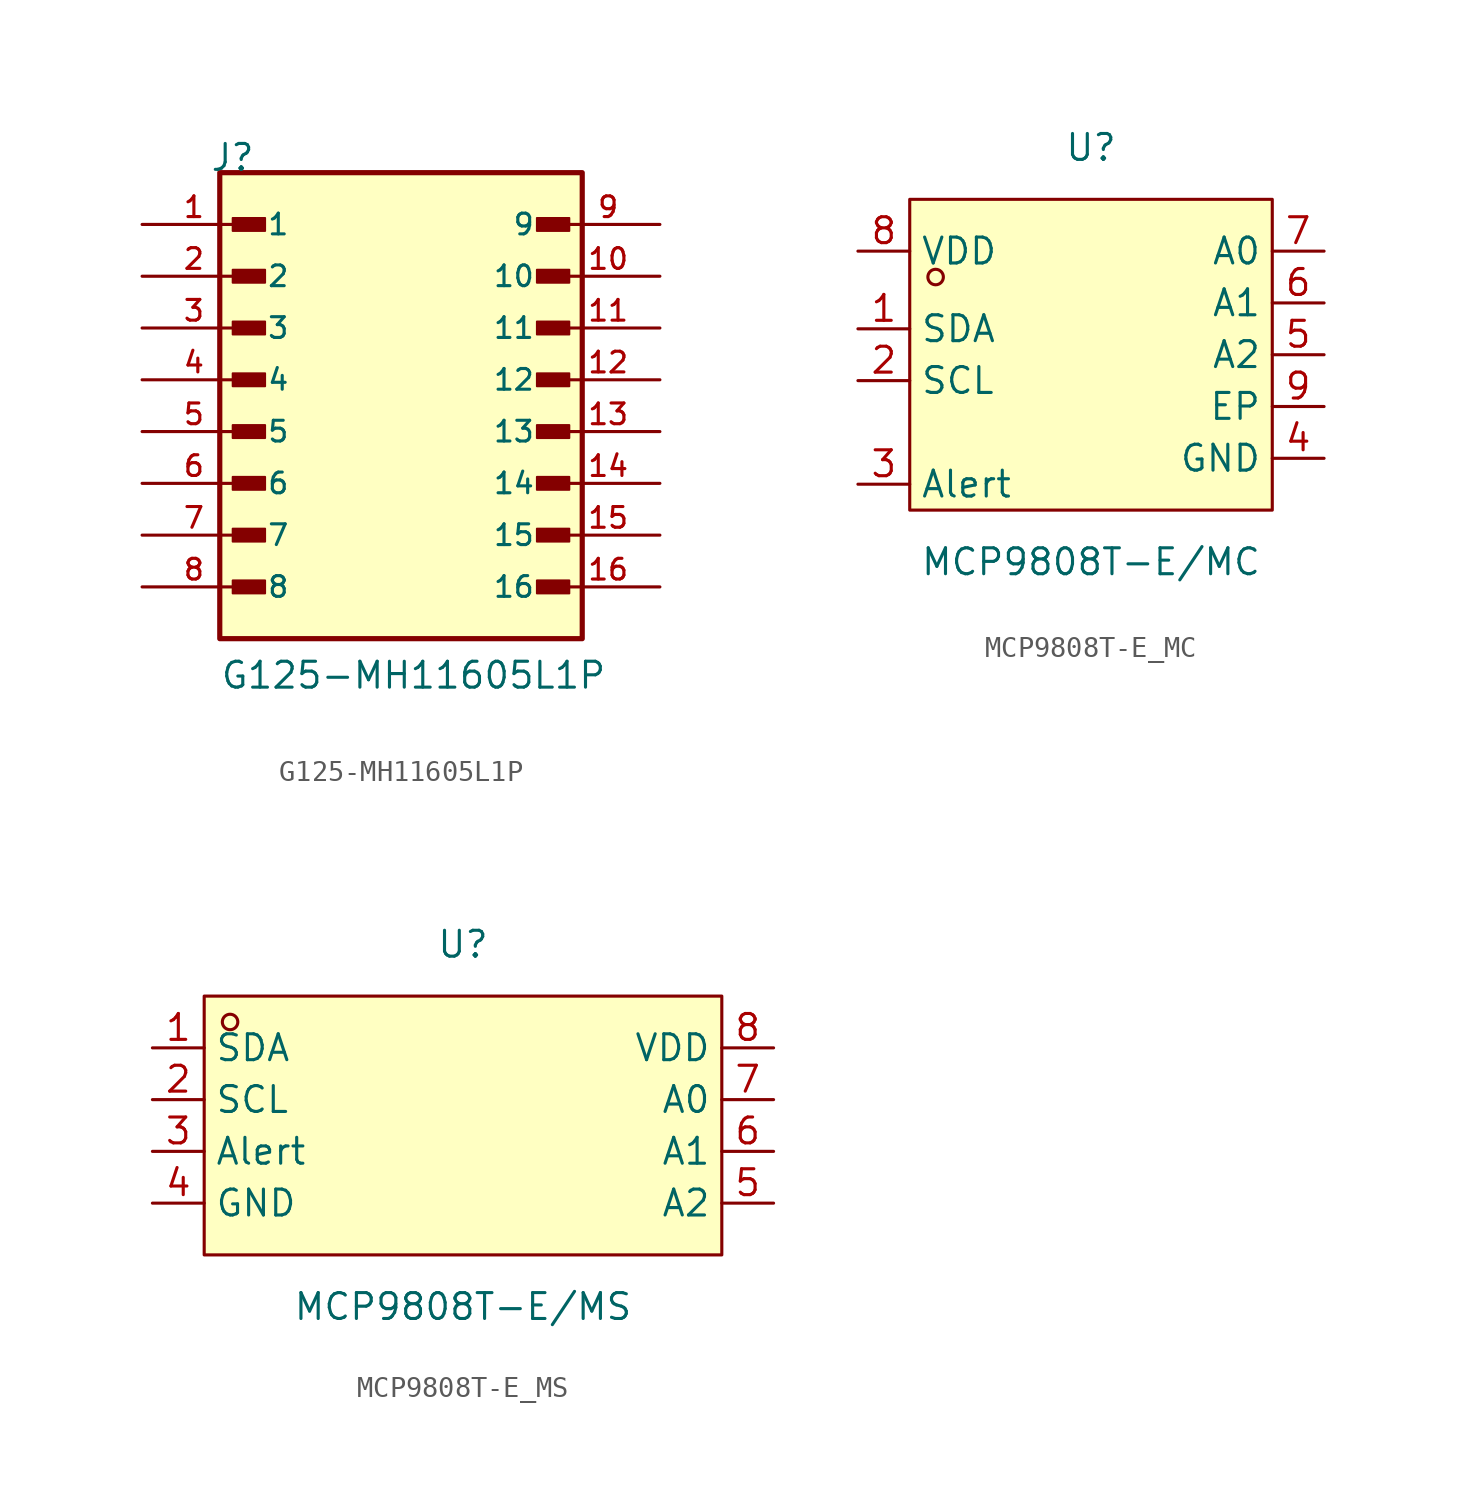
<source format=kicad_sym>
(kicad_symbol_lib
  (version 20241209)
  (generator "kicad_symbol_editor")
  (generator_version "9.0")
  (symbol "G125-MH11605L1P"
    (pin_names
      (offset 1.016))
    (property "Reference" "J"
      (at -9.39 12.7 0)
      (effects (font (size 1.27 1.27)) (justify left bottom)))
    (property "Value" "G125-MH11605L1P"
      (at -8.89 -12.7 0)
      (effects (font (size 1.27 1.27)) (justify left bottom)))
    (symbol "G125-MH11605L1P_0_0"
      (rectangle (start -8.89 12.7) (end 8.89 -10.16) (stroke (width 0.254) (type default)) (fill (type background)))
      (rectangle (start -8.255 9.842) (end -6.668 10.477) (stroke (width 0.1) (type default)) (fill (type outline)))
      (rectangle (start -8.255 7.303) (end -6.668 7.938) (stroke (width 0.1) (type default)) (fill (type outline)))
      (rectangle (start -8.255 4.763) (end -6.668 5.397) (stroke (width 0.1) (type default)) (fill (type outline)))
      (rectangle (start -8.255 2.223) (end -6.668 2.857) (stroke (width 0.1) (type default)) (fill (type outline)))
      (rectangle (start -8.255 -0.318) (end -6.668 0.318) (stroke (width 0.1) (type default)) (fill (type outline)))
      (rectangle (start -8.255 -2.857) (end -6.668 -2.223) (stroke (width 0.1) (type default)) (fill (type outline)))
      (rectangle (start -8.255 -5.397) (end -6.668 -4.763) (stroke (width 0.1) (type default)) (fill (type outline)))
      (rectangle (start -8.255 -7.938) (end -6.668 -7.303) (stroke (width 0.1) (type default)) (fill (type outline)))
      (rectangle (start 8.255 9.842) (end 6.668 10.477) (stroke (width 0.1) (type default)) (fill (type outline)))
      (rectangle (start 8.255 7.303) (end 6.668 7.938) (stroke (width 0.1) (type default)) (fill (type outline)))
      (rectangle (start 8.255 4.763) (end 6.668 5.397) (stroke (width 0.1) (type default)) (fill (type outline)))
      (rectangle (start 8.255 2.223) (end 6.668 2.857) (stroke (width 0.1) (type default)) (fill (type outline)))
      (rectangle (start 8.255 -0.318) (end 6.668 0.318) (stroke (width 0.1) (type default)) (fill (type outline)))
      (rectangle (start 8.255 -2.857) (end 6.668 -2.223) (stroke (width 0.1) (type default)) (fill (type outline)))
      (rectangle (start 8.255 -5.397) (end 6.668 -4.763) (stroke (width 0.1) (type default)) (fill (type outline)))
      (rectangle (start 8.255 -7.938) (end 6.668 -7.303) (stroke (width 0.1) (type default)) (fill (type outline)))
      (pin passive line (at -12.7 10.16 0) (length 5.08) (name "1" (effects (font (size 1.016 1.016)))) (number "1" (effects (font (size 1.016 1.016)))))
      (pin passive line (at -12.7 7.62 0) (length 5.08) (name "2" (effects (font (size 1.016 1.016)))) (number "2" (effects (font (size 1.016 1.016)))))
      (pin passive line (at -12.7 5.08 0) (length 5.08) (name "3" (effects (font (size 1.016 1.016)))) (number "3" (effects (font (size 1.016 1.016)))))
      (pin passive line (at -12.7 2.54 0) (length 5.08) (name "4" (effects (font (size 1.016 1.016)))) (number "4" (effects (font (size 1.016 1.016)))))
      (pin passive line (at -12.7 0 0) (length 5.08) (name "5" (effects (font (size 1.016 1.016)))) (number "5" (effects (font (size 1.016 1.016)))))
      (pin passive line (at -12.7 -2.54 0) (length 5.08) (name "6" (effects (font (size 1.016 1.016)))) (number "6" (effects (font (size 1.016 1.016)))))
      (pin passive line (at -12.7 -5.08 0) (length 5.08) (name "7" (effects (font (size 1.016 1.016)))) (number "7" (effects (font (size 1.016 1.016)))))
      (pin passive line (at -12.7 -7.62 0) (length 5.08) (name "8" (effects (font (size 1.016 1.016)))) (number "8" (effects (font (size 1.016 1.016)))))
      (pin passive line (at 12.7 10.16 180) (length 5.08) (name "9" (effects (font (size 1.016 1.016)))) (number "9" (effects (font (size 1.016 1.016)))))
      (pin passive line (at 12.7 7.62 180) (length 5.08) (name "10" (effects (font (size 1.016 1.016)))) (number "10" (effects (font (size 1.016 1.016)))))
      (pin passive line (at 12.7 5.08 180) (length 5.08) (name "11" (effects (font (size 1.016 1.016)))) (number "11" (effects (font (size 1.016 1.016)))))
      (pin passive line (at 12.7 2.54 180) (length 5.08) (name "12" (effects (font (size 1.016 1.016)))) (number "12" (effects (font (size 1.016 1.016)))))
      (pin passive line (at 12.7 0 180) (length 5.08) (name "13" (effects (font (size 1.016 1.016)))) (number "13" (effects (font (size 1.016 1.016)))))
      (pin passive line (at 12.7 -2.54 180) (length 5.08) (name "14" (effects (font (size 1.016 1.016)))) (number "14" (effects (font (size 1.016 1.016)))))
      (pin passive line (at 12.7 -5.08 180) (length 5.08) (name "15" (effects (font (size 1.016 1.016)))) (number "15" (effects (font (size 1.016 1.016)))))
      (pin passive line (at 12.7 -7.62 180) (length 5.08) (name "16" (effects (font (size 1.016 1.016)))) (number "16" (effects (font (size 1.016 1.016)))))))
  (symbol "MCP9808T-E_MC"
    (property "Reference" "U"
      (at 0 11.43 0)
      (effects (font (size 1.27 1.27))))
    (property "Value" "MCP9808T-E/MC"
      (at 0 -8.89 0)
      (effects (font (size 1.27 1.27))))
    (symbol "MCP9808T-E_MC_0_1"
      (rectangle (start -8.89 8.89) (end 8.89 -6.35) (stroke (width 0) (type default)) (fill (type background)))
      (circle (center -7.62 5.08) (radius 0.38) (stroke (width 0) (type default)) (fill (type none)))
      (pin unspecified line (at -11.43 6.35 0) (length 2.54) (name "VDD" (effects (font (size 1.27 1.27)))) (number "8" (effects (font (size 1.27 1.27)))))
      (pin unspecified line (at -11.43 2.54 0) (length 2.54) (name "SDA" (effects (font (size 1.27 1.27)))) (number "1" (effects (font (size 1.27 1.27)))))
      (pin unspecified line (at -11.43 0 0) (length 2.54) (name "SCL" (effects (font (size 1.27 1.27)))) (number "2" (effects (font (size 1.27 1.27)))))
      (pin unspecified line (at -11.43 -5.08 0) (length 2.54) (name "Alert" (effects (font (size 1.27 1.27)))) (number "3" (effects (font (size 1.27 1.27)))))
      (pin unspecified line (at 11.43 6.35 180) (length 2.54) (name "A0" (effects (font (size 1.27 1.27)))) (number "7" (effects (font (size 1.27 1.27)))))
      (pin unspecified line (at 11.43 3.81 180) (length 2.54) (name "A1" (effects (font (size 1.27 1.27)))) (number "6" (effects (font (size 1.27 1.27)))))
      (pin unspecified line (at 11.43 1.27 180) (length 2.54) (name "A2" (effects (font (size 1.27 1.27)))) (number "5" (effects (font (size 1.27 1.27)))))
      (pin unspecified line (at 11.43 -1.27 180) (length 2.54) (name "EP" (effects (font (size 1.27 1.27)))) (number "9" (effects (font (size 1.27 1.27)))))
      (pin unspecified line (at 11.43 -3.81 180) (length 2.54) (name "GND" (effects (font (size 1.27 1.27)))) (number "4" (effects (font (size 1.27 1.27)))))))
  (symbol "MCP9808T-E_MS"
    (property "Reference" "U"
      (at 0 8.89 0)
      (effects (font (size 1.27 1.27))))
    (property "Value" "MCP9808T-E/MS"
      (at 0 -8.89 0)
      (effects (font (size 1.27 1.27))))
    (symbol "MCP9808T-E_MS_0_1"
      (rectangle (start -12.7 6.35) (end 12.7 -6.35) (stroke (width 0) (type default)) (fill (type background)))
      (circle (center -11.43 5.08) (radius 0.38) (stroke (width 0) (type default)) (fill (type none)))
      (pin unspecified line (at -15.24 3.81 0) (length 2.54) (name "SDA" (effects (font (size 1.27 1.27)))) (number "1" (effects (font (size 1.27 1.27)))))
      (pin unspecified line (at -15.24 1.27 0) (length 2.54) (name "SCL" (effects (font (size 1.27 1.27)))) (number "2" (effects (font (size 1.27 1.27)))))
      (pin unspecified line (at -15.24 -1.27 0) (length 2.54) (name "Alert" (effects (font (size 1.27 1.27)))) (number "3" (effects (font (size 1.27 1.27)))))
      (pin unspecified line (at -15.24 -3.81 0) (length 2.54) (name "GND" (effects (font (size 1.27 1.27)))) (number "4" (effects (font (size 1.27 1.27)))))
      (pin unspecified line (at 15.24 3.81 180) (length 2.54) (name "VDD" (effects (font (size 1.27 1.27)))) (number "8" (effects (font (size 1.27 1.27)))))
      (pin unspecified line (at 15.24 1.27 180) (length 2.54) (name "A0" (effects (font (size 1.27 1.27)))) (number "7" (effects (font (size 1.27 1.27)))))
      (pin unspecified line (at 15.24 -1.27 180) (length 2.54) (name "A1" (effects (font (size 1.27 1.27)))) (number "6" (effects (font (size 1.27 1.27)))))
      (pin unspecified line (at 15.24 -3.81 180) (length 2.54) (name "A2" (effects (font (size 1.27 1.27)))) (number "5" (effects (font (size 1.27 1.27))))))))
</source>
